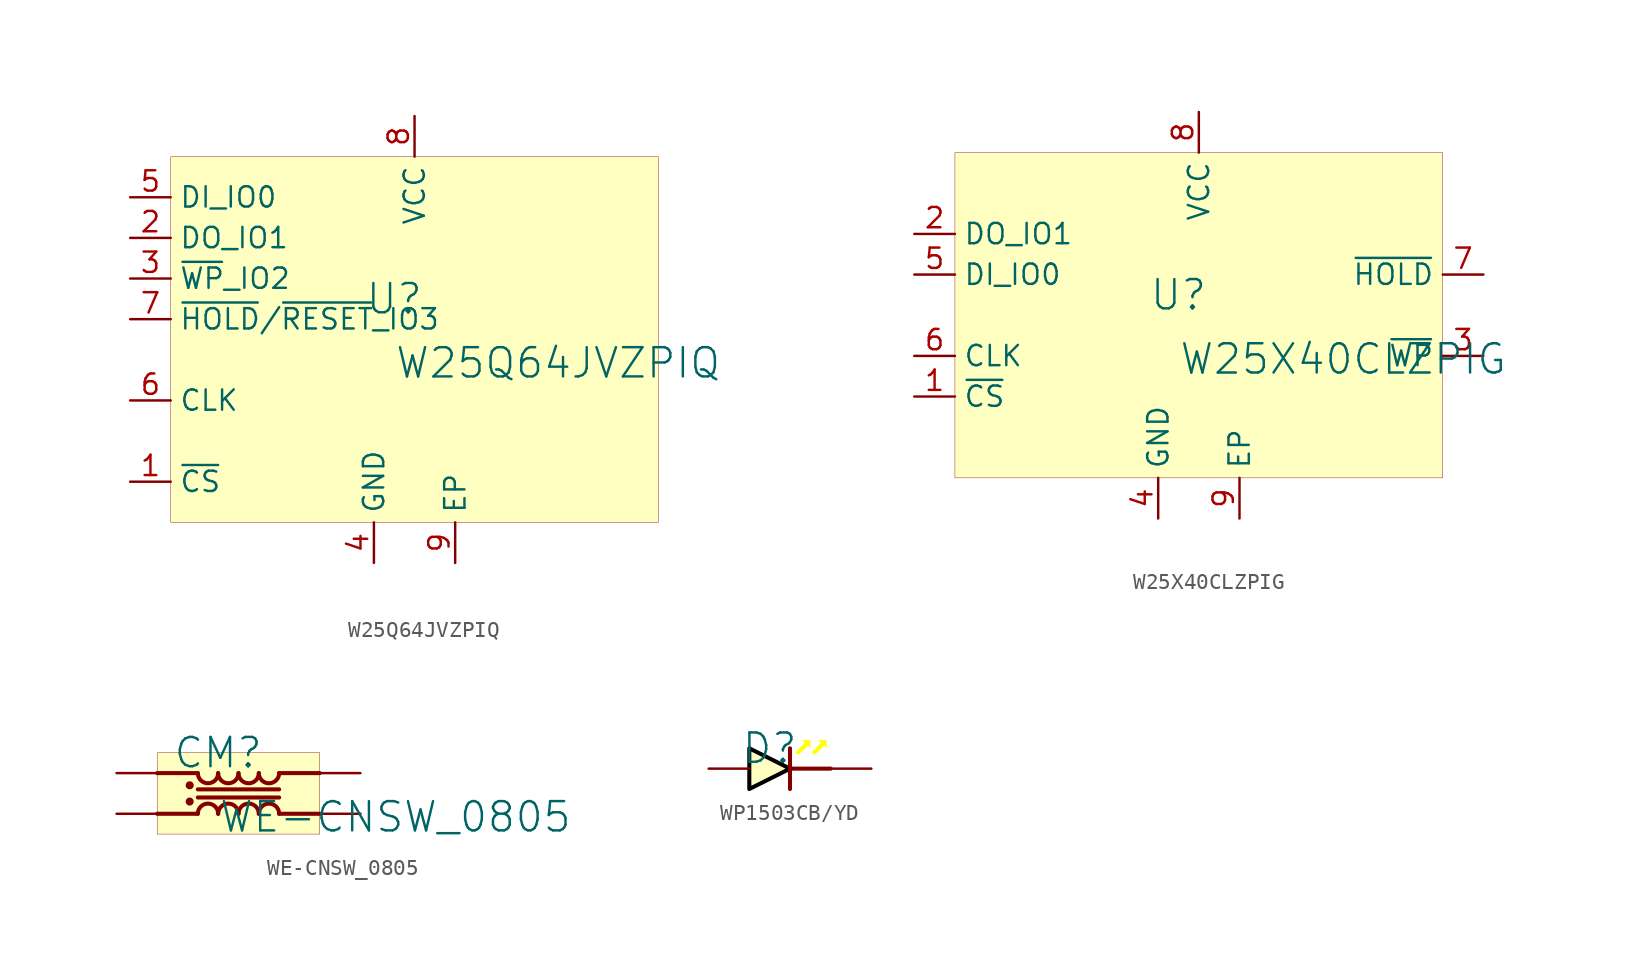
<source format=kicad_sym>
(kicad_symbol_lib
  (version 20231120)
  (generator "kicad_symbol_editor")
  (generator_version "8.0")
  (symbol "W25Q64JVZPIQ"
    (property "Reference" "U"
      (at -1.27 1.27 0)
      (effects (font (size 1.829 1.829))))
    (property "Value" "W25Q64JVZPIQ"
      (at -1.27 -3.81 0)
      (effects (font (size 1.829 1.829)) (justify left bottom)))
    (symbol "W25Q64JVZPIQ_1_0"
      (rectangle (start 15.24 10.16) (end -15.24 -12.7) (stroke (width 0.025) (type solid) (color 128 0 0 1)) (fill (type background)))
      (pin input line (at -17.78 -10.16 0) (length 2.54) (name "~{CS}" (effects (font (size 1.27 1.27)))) (number "1" (effects (font (size 1.27 1.27)))))
      (pin bidirectional line (at -17.78 5.08 0) (length 2.54) (name "DO_IO1" (effects (font (size 1.27 1.27)))) (number "2" (effects (font (size 1.27 1.27)))))
      (pin bidirectional line (at -17.78 2.54 0) (length 2.54) (name "~{WP}_IO2" (effects (font (size 1.27 1.27)))) (number "3" (effects (font (size 1.27 1.27)))))
      (pin power_in line (at -2.54 -15.24 90) (length 2.54) (name "GND" (effects (font (size 1.27 1.27)))) (number "4" (effects (font (size 1.27 1.27)))))
      (pin bidirectional line (at -17.78 7.62 0) (length 2.54) (name "DI_IO0" (effects (font (size 1.27 1.27)))) (number "5" (effects (font (size 1.27 1.27)))))
      (pin input line (at -17.78 -5.08 0) (length 2.54) (name "CLK" (effects (font (size 1.27 1.27)))) (number "6" (effects (font (size 1.27 1.27)))))
      (pin bidirectional line (at -17.78 0 0) (length 2.54) (name "~{HOLD}/~{RESET}_IO3" (effects (font (size 1.27 1.27)))) (number "7" (effects (font (size 1.27 1.27)))))
      (pin power_in line (at 0 12.7 270) (length 2.54) (name "VCC" (effects (font (size 1.27 1.27)))) (number "8" (effects (font (size 1.27 1.27)))))
      (pin power_in line (at 2.54 -15.24 90) (length 2.54) (name "EP" (effects (font (size 1.27 1.27)))) (number "9" (effects (font (size 1.27 1.27)))))))
  (symbol "W25X40CLZPIG"
    (property "Reference" "U"
      (at -1.27 1.27 0)
      (effects (font (size 1.829 1.829))))
    (property "Value" "W25X40CLZPIG"
      (at -1.27 -3.81 0)
      (effects (font (size 1.829 1.829)) (justify left bottom)))
    (symbol "W25X40CLZPIG_1_0"
      (rectangle (start 15.24 10.16) (end -15.24 -10.16) (stroke (width 0.025) (type solid) (color 128 0 0 1)) (fill (type background)))
      (pin input line (at -17.78 -5.08 0) (length 2.54) (name "~{CS}" (effects (font (size 1.27 1.27)))) (number "1" (effects (font (size 1.27 1.27)))))
      (pin bidirectional line (at -17.78 5.08 0) (length 2.54) (name "DO_IO1" (effects (font (size 1.27 1.27)))) (number "2" (effects (font (size 1.27 1.27)))))
      (pin bidirectional line (at 17.78 -2.54 180) (length 2.54) (name "~{WP}" (effects (font (size 1.27 1.27)))) (number "3" (effects (font (size 1.27 1.27)))))
      (pin power_in line (at -2.54 -12.7 90) (length 2.54) (name "GND" (effects (font (size 1.27 1.27)))) (number "4" (effects (font (size 1.27 1.27)))))
      (pin bidirectional line (at -17.78 2.54 0) (length 2.54) (name "DI_IO0" (effects (font (size 1.27 1.27)))) (number "5" (effects (font (size 1.27 1.27)))))
      (pin input line (at -17.78 -2.54 0) (length 2.54) (name "CLK" (effects (font (size 1.27 1.27)))) (number "6" (effects (font (size 1.27 1.27)))))
      (pin bidirectional line (at 17.78 2.54 180) (length 2.54) (name "~{HOLD}" (effects (font (size 1.27 1.27)))) (number "7" (effects (font (size 1.27 1.27)))))
      (pin power_in line (at 0 12.7 270) (length 2.54) (name "VCC" (effects (font (size 1.27 1.27)))) (number "8" (effects (font (size 1.27 1.27)))))
      (pin power_in line (at 2.54 -12.7 90) (length 2.54) (name "EP" (effects (font (size 1.27 1.27)))) (number "9" (effects (font (size 1.27 1.27)))))))
  (symbol "WE-CNSW_0805"
    (property "Reference" "CM"
      (at -1.27 1.27 0)
      (effects (font (size 1.829 1.829))))
    (property "Value" "WE-CNSW_0805"
      (at -1.27 -3.81 0)
      (effects (font (size 1.829 1.829)) (justify left bottom)))
    (symbol "WE-CNSW_0805_1_0"
      (circle (center -3.048 -1.778) (radius 0.127) (stroke (width 0.254) (type solid)) (fill (type none)))
      (circle (center -3.048 -0.762) (radius 0.127) (stroke (width 0.254) (type solid)) (fill (type none)))
      (arc (start -2.54 0) (mid -1.905 -0.635) (end -1.27 0) (stroke (width 0.254) (type solid)) (fill (type none)))
      (arc (start -1.27 -2.54) (mid -1.905 -1.905) (end -2.54 -2.54) (stroke (width 0.254) (type solid)) (fill (type none)))
      (arc (start -1.27 0) (mid -0.635 -0.635) (end 0 0) (stroke (width 0.254) (type solid)) (fill (type none)))
      (arc (start 0 -2.54) (mid -0.635 -1.905) (end -1.27 -2.54) (stroke (width 0.254) (type solid)) (fill (type none)))
      (polyline (pts (xy -2.54 -2.54) (xy -5.08 -2.54)) (stroke (width 0.254) (type solid)) (fill (type none)))
      (polyline (pts (xy -2.54 -1.524) (xy 2.54 -1.524)) (stroke (width 0.254) (type solid)) (fill (type none)))
      (polyline (pts (xy -2.54 -1.016) (xy 2.54 -1.016)) (stroke (width 0.254) (type solid)) (fill (type none)))
      (polyline (pts (xy -2.54 0) (xy -5.08 0)) (stroke (width 0.254) (type solid)) (fill (type none)))
      (polyline (pts (xy 5.08 -2.54) (xy 2.54 -2.54)) (stroke (width 0.254) (type solid)) (fill (type none)))
      (polyline (pts (xy 5.08 0) (xy 2.54 0)) (stroke (width 0.254) (type solid)) (fill (type none)))
      (arc (start 0 0) (mid 0.635 -0.635) (end 1.27 0) (stroke (width 0.254) (type solid)) (fill (type none)))
      (arc (start 1.27 -2.54) (mid 0.635 -1.905) (end 0 -2.54) (stroke (width 0.254) (type solid)) (fill (type none)))
      (arc (start 1.27 0) (mid 1.905 -0.635) (end 2.54 0) (stroke (width 0.254) (type solid)) (fill (type none)))
      (arc (start 2.54 -2.54) (mid 1.905 -1.905) (end 1.27 -2.54) (stroke (width 0.254) (type solid)) (fill (type none)))
      (rectangle (start 5.08 1.27) (end -5.08 -3.81) (stroke (width 0.025) (type solid) (color 128 0 0 1)) (fill (type background)))
      (pin passive line (at -7.62 -2.54 0) (length 2.54) (name "1" (effects (font (size 0 0)))) (number "1" (effects (font (size 0 0)))))
      (pin passive line (at 7.62 -2.54 180) (length 2.54) (name "2" (effects (font (size 0 0)))) (number "2" (effects (font (size 0 0)))))
      (pin passive line (at 7.62 0 180) (length 2.54) (name "3" (effects (font (size 0 0)))) (number "3" (effects (font (size 0 0)))))
      (pin passive line (at -7.62 0 0) (length 2.54) (name "4" (effects (font (size 0 0)))) (number "4" (effects (font (size 0 0)))))))
  (symbol "WP1503CB/YD"
    (property "Reference" "D"
      (at -1.27 1.27 0)
      (effects (font (size 1.829 1.829))))
    (symbol "WP1503CB/YD_1_0"
      (polyline (pts (xy 0 -1.27) (xy 0 1.27)) (stroke (width 0.254) (type solid)) (fill (type none)))
      (polyline (pts (xy 1.016 1.524) (xy 0.508 1.016)) (stroke (width 0.254) (type solid) (color 255 255 0 1)) (fill (type none)))
      (polyline (pts (xy 2.032 1.524) (xy 1.524 1.016)) (stroke (width 0.254) (type solid) (color 255 255 0 1)) (fill (type none)))
      (polyline (pts (xy 2.54 0) (xy 0 0)) (stroke (width 0.254) (type solid)) (fill (type none)))
      (polyline (pts (xy 0.762 1.778) (xy 1.27 1.27) (xy 1.27 1.778) (xy 0.762 1.778) (xy 0.762 1.778)) (stroke (width -0.0001) (type solid) (color 255 255 0 1)) (fill (type outline)))
      (polyline (pts (xy 1.778 1.778) (xy 2.286 1.27) (xy 2.286 1.778) (xy 1.778 1.778) (xy 1.778 1.778)) (stroke (width -0.0001) (type solid) (color 255 255 0 1)) (fill (type outline)))
      (polyline (pts (xy -2.54 0) (xy -2.54 1.27) (xy 0 0) (xy -2.54 -1.27) (xy -2.54 0) (xy -2.54 0)) (stroke (width 0.254) (type solid) (color 0 0 0 1)) (fill (type background)))
      (pin passive line (at -5.08 0 0) (length 2.54) (name "A" (effects (font (size 0 0)))) (number "A" (effects (font (size 0 0)))))
      (pin passive line (at 5.08 0 180) (length 2.54) (name "K" (effects (font (size 0 0)))) (number "K" (effects (font (size 0 0))))))))
</source>
